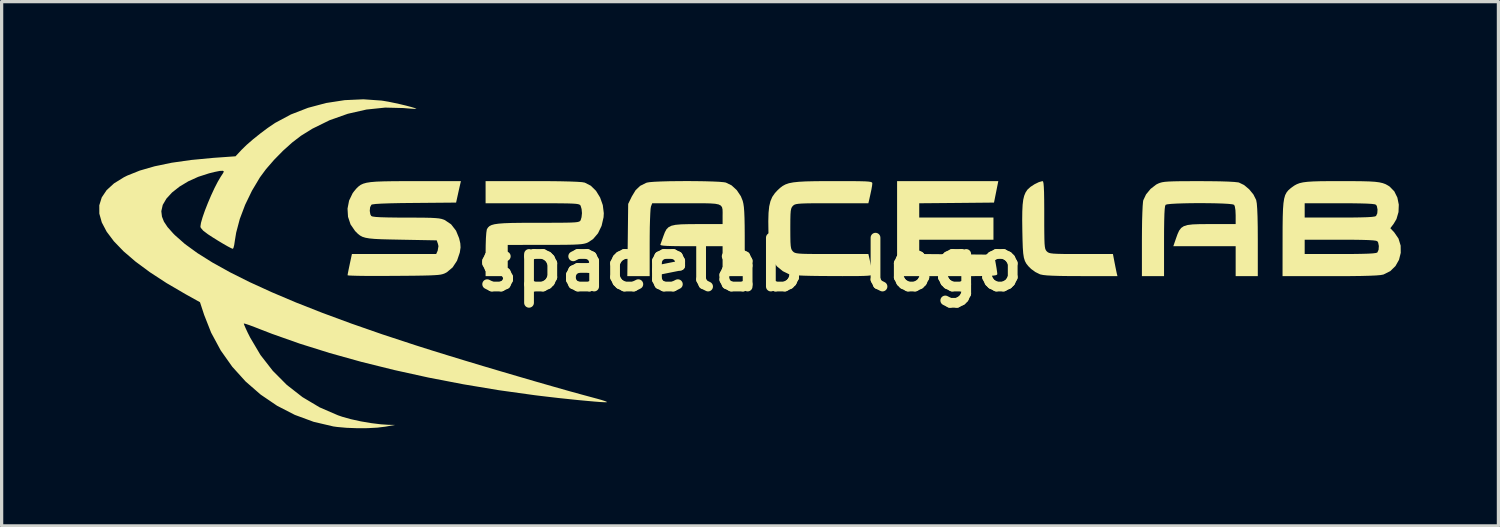
<source format=kicad_pcb>
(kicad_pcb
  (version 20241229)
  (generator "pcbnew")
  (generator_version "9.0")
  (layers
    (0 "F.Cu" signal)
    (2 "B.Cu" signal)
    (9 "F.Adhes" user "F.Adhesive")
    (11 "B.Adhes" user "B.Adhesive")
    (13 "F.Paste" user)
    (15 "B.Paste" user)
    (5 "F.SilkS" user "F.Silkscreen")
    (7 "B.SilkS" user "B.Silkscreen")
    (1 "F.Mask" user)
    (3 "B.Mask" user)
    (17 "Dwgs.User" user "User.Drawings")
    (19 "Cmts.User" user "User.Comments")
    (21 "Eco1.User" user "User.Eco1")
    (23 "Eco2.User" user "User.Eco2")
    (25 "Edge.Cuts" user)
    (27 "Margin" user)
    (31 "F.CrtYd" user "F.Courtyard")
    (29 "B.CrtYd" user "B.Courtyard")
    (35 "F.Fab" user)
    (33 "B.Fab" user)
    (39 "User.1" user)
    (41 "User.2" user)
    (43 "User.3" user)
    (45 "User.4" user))
  (footprint "spacelab-logo"
    (layer "F.Cu")
    (at 19.986 5.073)
    (property "Reference" "spacelab-logo" (at 0 0 0) (layer "F.SilkS") (effects (font (size 1.5 1.5) (thickness 0.3))))
    (attr board_only exclude_from_pos_files exclude_from_bom)
    (fp_poly (pts (xy 7.563 -2.23) (xy 7.497 -1.9) (xy 6.348 -1.889) (xy 5.2 -1.879) (xy 5.2 -1.659) (xy 5.2 -1.44) (xy 6.34 -1.44) (xy 7.48 -1.44) (xy 7.48 -1.1) (xy 7.48 -0.76) (xy 6.34 -0.76) (xy 5.2 -0.76) (xy 5.2 -0.541) (xy 5.2 -0.321) (xy 6.35 -0.311) (xy 7.499 -0.3) (xy 7.548 -0.04) (xy 7.573 0.105) (xy 7.591 0.226) (xy 7.598 0.29) (xy 7.594 0.308) (xy 7.577 0.322) (xy 7.539 0.334) (xy 7.473 0.343) (xy 7.372 0.349) (xy 7.227 0.354) (xy 7.033 0.357) (xy 6.78 0.359) (xy 6.463 0.36) (xy 6.073 0.36) (xy 6.06 0.36) (xy 4.52 0.36) (xy 4.52 -1.1) (xy 4.52 -2.56) (xy 6.074 -2.56) (xy 7.629 -2.56)) (stroke (width 0) (type solid)) (fill yes) (layer "F.SilkS"))
    (fp_poly (pts (xy 9.006 -2.542) (xy 9.018 -2.484) (xy 9.027 -2.38) (xy 9.034 -2.221) (xy 9.038 -2) (xy 9.04 -1.711) (xy 9.04 -1.52) (xy 9.04 -1.204) (xy 9.042 -0.958) (xy 9.045 -0.772) (xy 9.05 -0.637) (xy 9.059 -0.544) (xy 9.071 -0.481) (xy 9.089 -0.439) (xy 9.111 -0.409) (xy 9.12 -0.4) (xy 9.149 -0.375) (xy 9.187 -0.356) (xy 9.243 -0.342) (xy 9.328 -0.332) (xy 9.452 -0.326) (xy 9.624 -0.322) (xy 9.857 -0.32) (xy 10.158 -0.32) (xy 10.175 -0.32) (xy 11.15 -0.32) (xy 11.198 -0.07) (xy 11.227 0.077) (xy 11.253 0.204) (xy 11.267 0.27) (xy 11.289 0.36) (xy 10.174 0.358) (xy 9.813 0.357) (xy 9.523 0.353) (xy 9.298 0.346) (xy 9.128 0.337) (xy 9.006 0.324) (xy 8.924 0.307) (xy 8.905 0.301) (xy 8.769 0.234) (xy 8.643 0.143) (xy 8.632 0.133) (xy 8.552 0.054) (xy 8.492 -0.021) (xy 8.447 -0.104) (xy 8.415 -0.206) (xy 8.394 -0.341) (xy 8.381 -0.52) (xy 8.373 -0.755) (xy 8.367 -1.043) (xy 8.363 -1.372) (xy 8.366 -1.631) (xy 8.376 -1.833) (xy 8.395 -1.989) (xy 8.424 -2.109) (xy 8.464 -2.206) (xy 8.518 -2.289) (xy 8.527 -2.3) (xy 8.616 -2.382) (xy 8.742 -2.464) (xy 8.875 -2.529) (xy 8.982 -2.559) (xy 8.99 -2.559)) (stroke (width 0) (type solid)) (fill yes) (layer "F.SilkS"))
    (fp_poly (pts (xy -6.219 -2.559) (xy -5.842 -2.555) (xy -5.541 -2.548) (xy -5.313 -2.539) (xy -5.158 -2.528) (xy -5.074 -2.513) (xy -4.888 -2.418) (xy -4.728 -2.261) (xy -4.603 -2.057) (xy -4.52 -1.823) (xy -4.489 -1.575) (xy -4.496 -1.45) (xy -4.557 -1.185) (xy -4.667 -0.957) (xy -4.819 -0.779) (xy -4.976 -0.676) (xy -5.031 -0.654) (xy -5.094 -0.637) (xy -5.175 -0.624) (xy -5.285 -0.615) (xy -5.433 -0.608) (xy -5.629 -0.604) (xy -5.883 -0.602) (xy -6.205 -0.601) (xy -6.29 -0.601) (xy -7.44 -0.6) (xy -7.44 -0.12) (xy -7.44 0.36) (xy -7.78 0.36) (xy -8.12 0.36) (xy -8.12 -0.323) (xy -8.117 -0.587) (xy -8.11 -0.807) (xy -8.098 -0.971) (xy -8.083 -1.069) (xy -8.077 -1.086) (xy -8.044 -1.137) (xy -8 -1.178) (xy -7.937 -1.21) (xy -7.846 -1.235) (xy -7.72 -1.253) (xy -7.55 -1.266) (xy -7.328 -1.274) (xy -7.046 -1.278) (xy -6.697 -1.28) (xy -6.503 -1.28) (xy -6.152 -1.28) (xy -5.872 -1.281) (xy -5.656 -1.283) (xy -5.494 -1.287) (xy -5.378 -1.293) (xy -5.3 -1.302) (xy -5.25 -1.315) (xy -5.222 -1.331) (xy -5.205 -1.351) (xy -5.201 -1.357) (xy -5.173 -1.45) (xy -5.16 -1.571) (xy -5.16 -1.58) (xy -5.171 -1.701) (xy -5.199 -1.797) (xy -5.201 -1.803) (xy -5.215 -1.823) (xy -5.238 -1.839) (xy -5.278 -1.852) (xy -5.343 -1.862) (xy -5.441 -1.869) (xy -5.579 -1.874) (xy -5.766 -1.877) (xy -6.01 -1.879) (xy -6.318 -1.88) (xy -6.681 -1.88) (xy -8.12 -1.88) (xy -8.12 -2.22) (xy -8.12 -2.56) (xy -6.675 -2.56)) (stroke (width 0) (type solid)) (fill yes) (layer "F.SilkS"))
    (fp_poly (pts (xy -1.651 -2.559) (xy -1.384 -2.555) (xy -1.145 -2.548) (xy -0.947 -2.539) (xy -0.803 -2.526) (xy -0.74 -2.515) (xy -0.564 -2.429) (xy -0.405 -2.283) (xy -0.279 -2.095) (xy -0.222 -1.953) (xy -0.202 -1.868) (xy -0.186 -1.76) (xy -0.175 -1.616) (xy -0.167 -1.429) (xy -0.162 -1.186) (xy -0.16 -0.879) (xy -0.16 -0.693) (xy -0.16 0.36) (xy -0.5 0.36) (xy -0.84 0.36) (xy -0.84 -0.1) (xy -0.84 -0.56) (xy -1.804 -0.56) (xy -2.118 -0.561) (xy -2.36 -0.564) (xy -2.537 -0.569) (xy -2.656 -0.577) (xy -2.724 -0.588) (xy -2.751 -0.603) (xy -2.751 -0.61) (xy -2.728 -0.673) (xy -2.689 -0.784) (xy -2.656 -0.877) (xy -2.612 -0.992) (xy -2.564 -1.08) (xy -2.5 -1.144) (xy -2.411 -1.189) (xy -2.285 -1.217) (xy -2.112 -1.232) (xy -1.879 -1.238) (xy -1.59 -1.24) (xy -0.84 -1.24) (xy -0.84 -1.483) (xy -0.839 -1.599) (xy -0.842 -1.69) (xy -0.858 -1.76) (xy -0.896 -1.809) (xy -0.963 -1.843) (xy -1.069 -1.864) (xy -1.223 -1.875) (xy -1.432 -1.88) (xy -1.706 -1.88) (xy -1.962 -1.88) (xy -3.002 -1.88) (xy -3.041 -1.777) (xy -3.052 -1.71) (xy -3.061 -1.574) (xy -3.069 -1.382) (xy -3.076 -1.145) (xy -3.079 -0.876) (xy -3.08 -0.657) (xy -3.08 0.36) (xy -3.423 0.36) (xy -3.767 0.36) (xy -3.753 -0.75) (xy -3.74 -1.86) (xy -3.628 -2.089) (xy -3.512 -2.281) (xy -3.374 -2.413) (xy -3.194 -2.503) (xy -3.164 -2.514) (xy -3.08 -2.528) (xy -2.929 -2.54) (xy -2.726 -2.549) (xy -2.483 -2.556) (xy -2.214 -2.559) (xy -1.932 -2.561)) (stroke (width 0) (type solid)) (fill yes) (layer "F.SilkS"))
    (fp_poly (pts (xy 14.132 -2.557) (xy 14.437 -2.553) (xy 14.688 -2.545) (xy 14.877 -2.534) (xy 14.997 -2.521) (xy 15.02 -2.516) (xy 15.177 -2.44) (xy 15.333 -2.31) (xy 15.464 -2.151) (xy 15.548 -1.984) (xy 15.551 -1.974) (xy 15.569 -1.874) (xy 15.582 -1.705) (xy 15.592 -1.464) (xy 15.598 -1.148) (xy 15.6 -0.755) (xy 15.6 -0.725) (xy 15.6 0.36) (xy 15.26 0.36) (xy 14.92 0.36) (xy 14.92 -0.1) (xy 14.92 -0.56) (xy 13.963 -0.56) (xy 13.005 -0.56) (xy 13.084 -0.79) (xy 13.135 -0.933) (xy 13.185 -1.041) (xy 13.246 -1.121) (xy 13.328 -1.176) (xy 13.442 -1.211) (xy 13.6 -1.23) (xy 13.813 -1.238) (xy 14.092 -1.24) (xy 14.177 -1.24) (xy 14.92 -1.24) (xy 14.92 -1.512) (xy 14.913 -1.667) (xy 14.894 -1.783) (xy 14.872 -1.832) (xy 14.817 -1.848) (xy 14.696 -1.861) (xy 14.521 -1.871) (xy 14.307 -1.878) (xy 14.066 -1.882) (xy 13.812 -1.883) (xy 13.559 -1.882) (xy 13.319 -1.877) (xy 13.107 -1.87) (xy 12.935 -1.86) (xy 12.817 -1.847) (xy 12.768 -1.832) (xy 12.752 -1.791) (xy 12.74 -1.699) (xy 12.731 -1.549) (xy 12.725 -1.337) (xy 12.721 -1.057) (xy 12.72 -0.712) (xy 12.72 0.36) (xy 12.38 0.36) (xy 12.04 0.36) (xy 12.04 -0.73) (xy 12.042 -1.055) (xy 12.046 -1.346) (xy 12.054 -1.595) (xy 12.063 -1.791) (xy 12.074 -1.923) (xy 12.082 -1.971) (xy 12.167 -2.151) (xy 12.306 -2.32) (xy 12.477 -2.453) (xy 12.54 -2.485) (xy 12.596 -2.507) (xy 12.662 -2.525) (xy 12.748 -2.538) (xy 12.865 -2.547) (xy 13.022 -2.553) (xy 13.231 -2.557) (xy 13.5 -2.558) (xy 13.78 -2.559)) (stroke (width 0) (type solid)) (fill yes) (layer "F.SilkS"))
    (fp_poly (pts (xy 2.925 -2.56) (xy 3.191 -2.559) (xy 3.394 -2.556) (xy 3.542 -2.552) (xy 3.644 -2.545) (xy 3.708 -2.535) (xy 3.743 -2.522) (xy 3.757 -2.505) (xy 3.759 -2.49) (xy 3.752 -2.421) (xy 3.732 -2.305) (xy 3.695 -2.132) (xy 3.659 -1.97) (xy 3.638 -1.88) (xy 2.519 -1.88) (xy 2.19 -1.88) (xy 1.931 -1.879) (xy 1.734 -1.876) (xy 1.589 -1.871) (xy 1.486 -1.863) (xy 1.416 -1.852) (xy 1.37 -1.837) (xy 1.339 -1.817) (xy 1.32 -1.8) (xy 1.289 -1.763) (xy 1.268 -1.715) (xy 1.253 -1.643) (xy 1.245 -1.532) (xy 1.241 -1.37) (xy 1.24 -1.144) (xy 1.24 -1.1) (xy 1.241 -0.862) (xy 1.244 -0.691) (xy 1.252 -0.573) (xy 1.265 -0.495) (xy 1.285 -0.444) (xy 1.314 -0.406) (xy 1.32 -0.4) (xy 1.347 -0.376) (xy 1.382 -0.358) (xy 1.434 -0.344) (xy 1.513 -0.334) (xy 1.628 -0.327) (xy 1.788 -0.323) (xy 2.003 -0.321) (xy 2.282 -0.32) (xy 2.519 -0.32) (xy 3.638 -0.32) (xy 3.659 -0.23) (xy 3.708 -0.009) (xy 3.739 0.146) (xy 3.756 0.246) (xy 3.759 0.29) (xy 3.755 0.31) (xy 3.736 0.326) (xy 3.693 0.338) (xy 3.619 0.346) (xy 3.505 0.352) (xy 3.343 0.356) (xy 3.124 0.357) (xy 2.84 0.358) (xy 2.57 0.357) (xy 2.195 0.355) (xy 1.893 0.351) (xy 1.654 0.345) (xy 1.47 0.336) (xy 1.334 0.324) (xy 1.237 0.308) (xy 1.197 0.298) (xy 1.01 0.207) (xy 0.833 0.062) (xy 0.693 -0.111) (xy 0.647 -0.197) (xy 0.62 -0.283) (xy 0.599 -0.41) (xy 0.584 -0.589) (xy 0.573 -0.83) (xy 0.568 -1.006) (xy 0.564 -1.328) (xy 0.571 -1.584) (xy 0.592 -1.785) (xy 0.63 -1.944) (xy 0.686 -2.075) (xy 0.765 -2.189) (xy 0.844 -2.275) (xy 0.924 -2.35) (xy 1.003 -2.41) (xy 1.091 -2.458) (xy 1.198 -2.495) (xy 1.332 -2.521) (xy 1.503 -2.539) (xy 1.72 -2.551) (xy 1.993 -2.557) (xy 2.331 -2.56) (xy 2.587 -2.56)) (stroke (width 0) (type solid)) (fill yes) (layer "F.SilkS"))
    (fp_poly (pts (xy -8.899 -2.47) (xy -8.919 -2.383) (xy -8.949 -2.25) (xy -8.973 -2.14) (xy -9.026 -1.9) (xy -10.3 -1.889) (xy -10.716 -1.885) (xy -11.052 -1.878) (xy -11.311 -1.869) (xy -11.493 -1.858) (xy -11.598 -1.844) (xy -11.627 -1.835) (xy -11.667 -1.759) (xy -11.678 -1.648) (xy -11.661 -1.54) (xy -11.632 -1.488) (xy -11.59 -1.472) (xy -11.495 -1.459) (xy -11.342 -1.45) (xy -11.125 -1.444) (xy -10.839 -1.44) (xy -10.562 -1.439) (xy -10.243 -1.438) (xy -9.993 -1.436) (xy -9.802 -1.432) (xy -9.659 -1.424) (xy -9.553 -1.414) (xy -9.475 -1.399) (xy -9.412 -1.379) (xy -9.378 -1.365) (xy -9.179 -1.232) (xy -9.028 -1.037) (xy -8.934 -0.807) (xy -8.897 -0.651) (xy -8.889 -0.522) (xy -8.911 -0.374) (xy -8.914 -0.36) (xy -8.998 -0.114) (xy -9.133 0.091) (xy -9.309 0.239) (xy -9.34 0.256) (xy -9.386 0.279) (xy -9.435 0.296) (xy -9.497 0.311) (xy -9.581 0.322) (xy -9.694 0.33) (xy -9.846 0.337) (xy -10.045 0.342) (xy -10.299 0.346) (xy -10.618 0.349) (xy -10.93 0.351) (xy -11.259 0.353) (xy -11.562 0.353) (xy -11.829 0.352) (xy -12.051 0.349) (xy -12.219 0.344) (xy -12.325 0.339) (xy -12.36 0.332) (xy -12.352 0.281) (xy -12.331 0.173) (xy -12.301 0.029) (xy -12.293 -0.009) (xy -12.226 -0.32) (xy -10.932 -0.32) (xy -9.638 -0.32) (xy -9.592 -0.422) (xy -9.568 -0.562) (xy -9.584 -0.632) (xy -9.622 -0.74) (xy -10.701 -0.76) (xy -11.042 -0.767) (xy -11.313 -0.774) (xy -11.525 -0.784) (xy -11.687 -0.799) (xy -11.809 -0.82) (xy -11.903 -0.849) (xy -11.977 -0.889) (xy -12.042 -0.94) (xy -12.108 -1.006) (xy -12.128 -1.026) (xy -12.268 -1.229) (xy -12.346 -1.464) (xy -12.361 -1.715) (xy -12.313 -1.962) (xy -12.203 -2.19) (xy -12.154 -2.255) (xy -12.09 -2.331) (xy -12.028 -2.392) (xy -11.962 -2.442) (xy -11.881 -2.48) (xy -11.778 -2.509) (xy -11.643 -2.53) (xy -11.47 -2.544) (xy -11.249 -2.552) (xy -10.971 -2.557) (xy -10.63 -2.559) (xy -10.289 -2.559) (xy -8.878 -2.56)) (stroke (width 0) (type solid)) (fill yes) (layer "F.SilkS"))
    (fp_poly (pts (xy 18.514 -2.559) (xy 18.799 -2.556) (xy 19.023 -2.55) (xy 19.198 -2.539) (xy 19.332 -2.522) (xy 19.437 -2.498) (xy 19.522 -2.467) (xy 19.597 -2.426) (xy 19.651 -2.391) (xy 19.793 -2.245) (xy 19.887 -2.054) (xy 19.931 -1.836) (xy 19.922 -1.609) (xy 19.859 -1.393) (xy 19.773 -1.248) (xy 19.671 -1.113) (xy 19.79 -0.987) (xy 19.922 -0.794) (xy 19.988 -0.579) (xy 19.991 -0.357) (xy 19.937 -0.142) (xy 19.828 0.05) (xy 19.669 0.205) (xy 19.463 0.308) (xy 19.453 0.311) (xy 19.372 0.326) (xy 19.234 0.338) (xy 19.035 0.347) (xy 18.77 0.354) (xy 18.436 0.358) (xy 18.027 0.36) (xy 17.825 0.36) (xy 16.36 0.36) (xy 16.361 -0.76) (xy 17.04 -0.76) (xy 17.04 -0.54) (xy 17.04 -0.32) (xy 18.132 -0.32) (xy 18.488 -0.321) (xy 18.77 -0.325) (xy 18.983 -0.331) (xy 19.134 -0.34) (xy 19.228 -0.352) (xy 19.271 -0.367) (xy 19.272 -0.368) (xy 19.31 -0.45) (xy 19.318 -0.566) (xy 19.297 -0.672) (xy 19.272 -0.712) (xy 19.231 -0.728) (xy 19.14 -0.74) (xy 18.991 -0.749) (xy 18.781 -0.755) (xy 18.502 -0.759) (xy 18.15 -0.76) (xy 18.132 -0.76) (xy 17.04 -0.76) (xy 16.361 -0.76) (xy 16.361 -0.79) (xy 16.362 -1.16) (xy 16.366 -1.458) (xy 16.374 -1.696) (xy 16.388 -1.88) (xy 17.04 -1.88) (xy 17.04 -1.66) (xy 17.04 -1.44) (xy 18.112 -1.44) (xy 18.465 -1.441) (xy 18.743 -1.445) (xy 18.954 -1.451) (xy 19.102 -1.46) (xy 19.192 -1.473) (xy 19.232 -1.488) (xy 19.27 -1.57) (xy 19.278 -1.686) (xy 19.257 -1.792) (xy 19.232 -1.832) (xy 19.191 -1.848) (xy 19.099 -1.86) (xy 18.949 -1.869) (xy 18.737 -1.875) (xy 18.457 -1.879) (xy 18.112 -1.88) (xy 17.04 -1.88) (xy 16.388 -1.88) (xy 16.388 -1.88) (xy 16.41 -2.022) (xy 16.441 -2.13) (xy 16.484 -2.212) (xy 16.538 -2.279) (xy 16.608 -2.34) (xy 16.646 -2.369) (xy 16.722 -2.423) (xy 16.799 -2.465) (xy 16.886 -2.498) (xy 16.993 -2.522) (xy 17.13 -2.539) (xy 17.307 -2.55) (xy 17.535 -2.557) (xy 17.823 -2.559) (xy 18.16 -2.56)) (stroke (width 0) (type solid)) (fill yes) (layer "F.SilkS"))
    (fp_poly (pts (xy -11.32 -5.034) (xy -11.26 -5.025) (xy -11.107 -4.999) (xy -10.931 -4.963) (xy -10.748 -4.923) (xy -10.572 -4.881) (xy -10.42 -4.841) (xy -10.308 -4.808) (xy -10.251 -4.785) (xy -10.248 -4.779) (xy -10.29 -4.778) (xy -10.394 -4.784) (xy -10.542 -4.795) (xy -10.64 -4.804) (xy -11.205 -4.818) (xy -11.78 -4.758) (xy -12.353 -4.628) (xy -12.912 -4.43) (xy -13.446 -4.167) (xy -13.79 -3.953) (xy -14.058 -3.748) (xy -14.341 -3.494) (xy -14.617 -3.213) (xy -14.865 -2.927) (xy -15.051 -2.676) (xy -15.297 -2.264) (xy -15.506 -1.832) (xy -15.67 -1.398) (xy -15.781 -0.979) (xy -15.823 -0.724) (xy -15.842 -0.596) (xy -15.865 -0.508) (xy -15.883 -0.48) (xy -15.936 -0.5) (xy -16.041 -0.555) (xy -16.181 -0.635) (xy -16.341 -0.731) (xy -16.506 -0.834) (xy -16.65 -0.928) (xy -16.796 -1.039) (xy -16.87 -1.127) (xy -16.88 -1.166) (xy -16.862 -1.28) (xy -16.814 -1.448) (xy -16.742 -1.655) (xy -16.652 -1.884) (xy -16.552 -2.119) (xy -16.448 -2.344) (xy -16.346 -2.542) (xy -16.254 -2.698) (xy -16.235 -2.726) (xy -16.183 -2.806) (xy -16.16 -2.855) (xy -16.16 -2.856) (xy -16.19 -2.877) (xy -16.284 -2.873) (xy -16.445 -2.841) (xy -16.617 -2.798) (xy -16.948 -2.691) (xy -17.253 -2.553) (xy -17.523 -2.39) (xy -17.75 -2.211) (xy -17.924 -2.022) (xy -18.037 -1.829) (xy -18.08 -1.64) (xy -18.08 -1.628) (xy -18.061 -1.469) (xy -18 -1.314) (xy -17.889 -1.147) (xy -17.719 -0.956) (xy -17.662 -0.898) (xy -17.356 -0.628) (xy -16.972 -0.349) (xy -16.512 -0.06) (xy -15.978 0.237) (xy -15.371 0.541) (xy -14.693 0.851) (xy -13.945 1.168) (xy -13.129 1.489) (xy -12.246 1.815) (xy -11.299 2.145) (xy -10.289 2.477) (xy -10.18 2.512) (xy -9.743 2.65) (xy -9.258 2.8) (xy -8.737 2.959) (xy -8.192 3.123) (xy -7.636 3.288) (xy -7.081 3.451) (xy -6.539 3.609) (xy -6.023 3.757) (xy -5.544 3.893) (xy -5.115 4.011) (xy -4.749 4.11) (xy -4.703 4.122) (xy -4.554 4.164) (xy -4.446 4.199) (xy -4.392 4.224) (xy -4.392 4.231) (xy -4.45 4.233) (xy -4.578 4.227) (xy -4.763 4.213) (xy -4.997 4.192) (xy -5.267 4.167) (xy -5.565 4.136) (xy -5.878 4.103) (xy -6.197 4.066) (xy -6.51 4.029) (xy -6.62 4.015) (xy -7.711 3.863) (xy -8.798 3.682) (xy -9.872 3.475) (xy -10.921 3.244) (xy -11.937 2.992) (xy -12.908 2.721) (xy -13.825 2.434) (xy -14.677 2.133) (xy -15.034 1.995) (xy -15.218 1.923) (xy -15.373 1.865) (xy -15.486 1.827) (xy -15.543 1.813) (xy -15.547 1.814) (xy -15.536 1.854) (xy -15.495 1.95) (xy -15.431 2.088) (xy -15.352 2.245) (xy -15.035 2.781) (xy -14.657 3.267) (xy -14.225 3.701) (xy -13.744 4.076) (xy -13.219 4.389) (xy -12.656 4.633) (xy -12.519 4.68) (xy -12.258 4.753) (xy -11.953 4.82) (xy -11.633 4.874) (xy -11.332 4.911) (xy -11.115 4.925) (xy -10.9 4.93) (xy -11.2 4.983) (xy -11.448 5.013) (xy -11.747 5.029) (xy -12.071 5.03) (xy -12.391 5.018) (xy -12.68 4.992) (xy -12.796 4.976) (xy -13.402 4.834) (xy -13.98 4.621) (xy -14.524 4.341) (xy -15.029 3.998) (xy -15.49 3.597) (xy -15.901 3.143) (xy -16.256 2.641) (xy -16.55 2.096) (xy -16.765 1.55) (xy -16.893 1.16) (xy -17.337 0.913) (xy -17.919 0.573) (xy -18.431 0.239) (xy -18.872 -0.087) (xy -19.241 -0.404) (xy -19.537 -0.711) (xy -19.76 -1.007) (xy -19.909 -1.29) (xy -19.985 -1.561) (xy -19.986 -1.817) (xy -19.911 -2.058) (xy -19.761 -2.282) (xy -19.535 -2.489) (xy -19.232 -2.677) (xy -19.126 -2.73) (xy -18.741 -2.884) (xy -18.287 -3.015) (xy -17.763 -3.124) (xy -17.165 -3.209) (xy -16.493 -3.273) (xy -16.411 -3.279) (xy -15.801 -3.322) (xy -15.611 -3.526) (xy -15.46 -3.673) (xy -15.262 -3.845) (xy -15.038 -4.024) (xy -14.811 -4.194) (xy -14.6 -4.337) (xy -14.58 -4.35) (xy -14.101 -4.607) (xy -13.575 -4.811) (xy -13.019 -4.959) (xy -12.447 -5.047) (xy -11.875 -5.073)) (stroke (width 0) (type solid)) (fill yes) (layer "F.SilkS")))
  (gr_rect
    (start -3 -3)
    (end 42.977 13.104)
    (stroke (width 0.1) (type default))
    (fill no)
    (layer "Edge.Cuts")))
</source>
